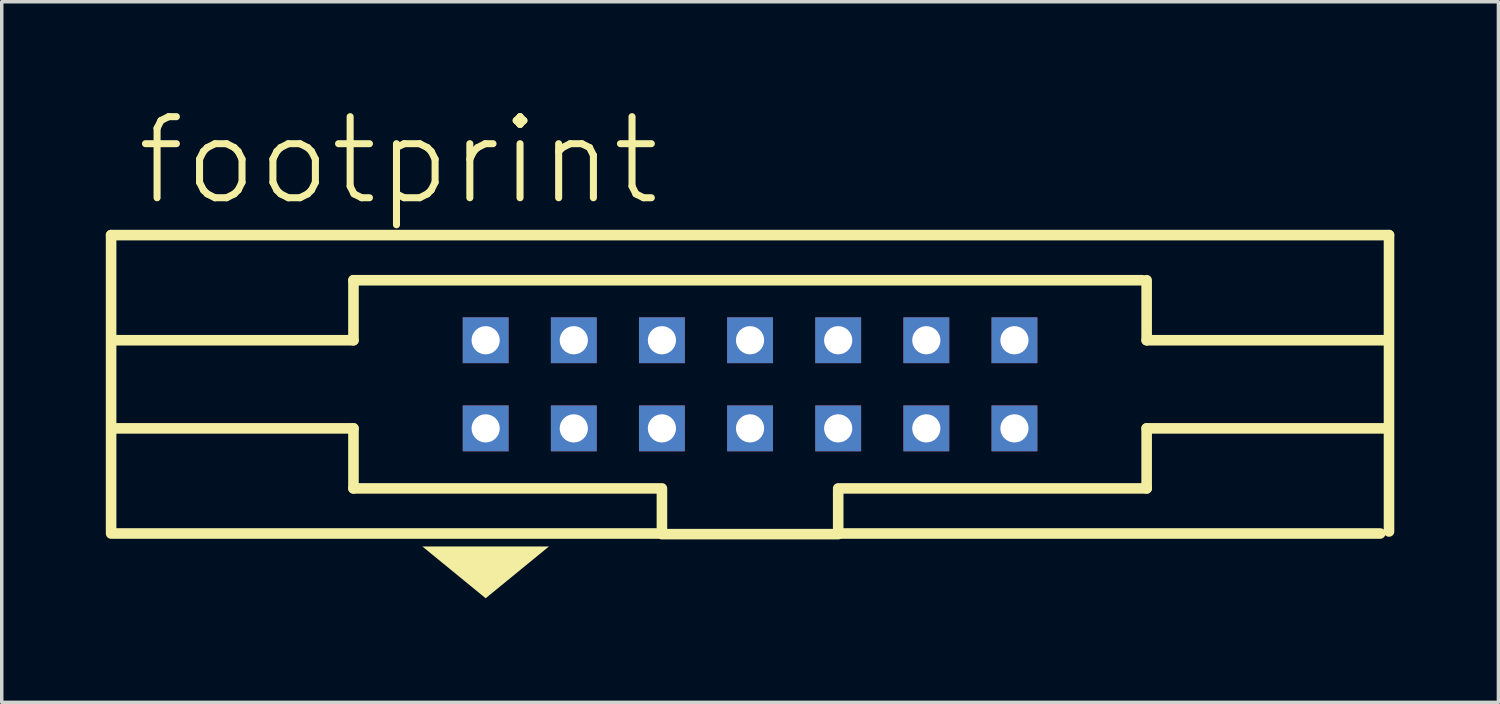
<source format=kicad_pcb>
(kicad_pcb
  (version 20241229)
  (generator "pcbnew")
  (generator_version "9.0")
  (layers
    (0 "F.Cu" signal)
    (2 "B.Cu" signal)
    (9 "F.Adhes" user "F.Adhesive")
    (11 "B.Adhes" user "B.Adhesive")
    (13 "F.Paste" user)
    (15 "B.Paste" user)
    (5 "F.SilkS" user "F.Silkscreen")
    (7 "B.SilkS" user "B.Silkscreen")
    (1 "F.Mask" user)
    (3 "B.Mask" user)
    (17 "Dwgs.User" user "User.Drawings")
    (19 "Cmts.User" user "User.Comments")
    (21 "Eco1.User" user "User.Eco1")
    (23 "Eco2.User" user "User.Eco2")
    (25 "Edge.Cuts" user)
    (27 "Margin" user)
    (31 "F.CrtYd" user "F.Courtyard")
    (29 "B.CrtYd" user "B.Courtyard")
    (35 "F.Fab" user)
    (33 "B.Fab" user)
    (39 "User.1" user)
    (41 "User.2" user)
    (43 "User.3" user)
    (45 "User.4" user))
  (footprint "footprint"
    (layer "F.Cu")
    (at 18.567 8.026)
    (property "Reference" "footprint" (at -17.78 -5.08 0) (layer "F.SilkS") (effects (font (size 2.337 2.337) (thickness 0.203)) (justify left bottom)))
    (fp_line (start -18.415 -4.3) (end -18.415 4.242) (stroke (width 0.305) (type solid)) (layer "F.SilkS"))
    (fp_line (start -18.415 4.3) (end -2.54 4.3) (stroke (width 0.305) (type solid)) (layer "F.SilkS"))
    (fp_line (start -11.43 -1.27) (end -18.288 -1.27) (stroke (width 0.305) (type solid)) (layer "F.SilkS"))
    (fp_line (start -11.43 -1.27) (end -11.43 -3) (stroke (width 0.305) (type solid)) (layer "F.SilkS"))
    (fp_line (start -11.43 1.27) (end -18.288 1.27) (stroke (width 0.305) (type solid)) (layer "F.SilkS"))
    (fp_line (start -11.43 3) (end -11.43 1.27) (stroke (width 0.305) (type solid)) (layer "F.SilkS"))
    (fp_line (start -2.54 3) (end -11.43 3) (stroke (width 0.305) (type solid)) (layer "F.SilkS"))
    (fp_line (start -2.54 4.3) (end -2.54 3.048) (stroke (width 0.305) (type solid)) (layer "F.SilkS"))
    (fp_line (start -2.54 4.318) (end 2.54 4.318) (stroke (width 0.305) (type solid)) (layer "F.SilkS"))
    (fp_line (start 2.54 3.048) (end 2.54 4.3) (stroke (width 0.305) (type solid)) (layer "F.SilkS"))
    (fp_line (start 2.54 4.3) (end 18.161 4.3) (stroke (width 0.305) (type solid)) (layer "F.SilkS"))
    (fp_line (start 11.303 -3) (end -11.43 -3) (stroke (width 0.305) (type solid)) (layer "F.SilkS"))
    (fp_line (start 11.43 -1.27) (end 11.43 -3) (stroke (width 0.305) (type solid)) (layer "F.SilkS"))
    (fp_line (start 11.43 -1.27) (end 18.288 -1.27) (stroke (width 0.305) (type solid)) (layer "F.SilkS"))
    (fp_line (start 11.43 1.27) (end 18.288 1.27) (stroke (width 0.305) (type solid)) (layer "F.SilkS"))
    (fp_line (start 11.43 3) (end 2.54 3) (stroke (width 0.305) (type solid)) (layer "F.SilkS"))
    (fp_line (start 11.43 3) (end 11.43 1.27) (stroke (width 0.305) (type solid)) (layer "F.SilkS"))
    (fp_line (start 18.415 -4.3) (end -18.415 -4.3) (stroke (width 0.305) (type solid)) (layer "F.SilkS"))
    (fp_line (start 18.415 4.242) (end 18.415 -4.3) (stroke (width 0.305) (type solid)) (layer "F.SilkS"))
    (fp_poly (pts (xy -7.62 6.166) (xy -9.444 4.674) (xy -5.796 4.674)) (stroke (width 0) (type solid)) (fill yes) (layer "F.SilkS"))
    (pad "1" thru_hole rect (at -7.62 1.27) (size 1.321 1.321) (drill 0.813) (layers "*.Cu" "*.Mask"))
    (pad "2" thru_hole rect (at -7.62 -1.27) (size 1.321 1.321) (drill 0.813) (layers "*.Cu" "*.Mask"))
    (pad "3" thru_hole rect (at -5.08 1.27) (size 1.321 1.321) (drill 0.813) (layers "*.Cu" "*.Mask"))
    (pad "4" thru_hole rect (at -5.08 -1.27) (size 1.321 1.321) (drill 0.813) (layers "*.Cu" "*.Mask"))
    (pad "5" thru_hole rect (at -2.54 1.27) (size 1.321 1.321) (drill 0.813) (layers "*.Cu" "*.Mask"))
    (pad "6" thru_hole rect (at -2.54 -1.27) (size 1.321 1.321) (drill 0.813) (layers "*.Cu" "*.Mask"))
    (pad "7" thru_hole rect (at 0 1.27) (size 1.321 1.321) (drill 0.813) (layers "*.Cu" "*.Mask"))
    (pad "8" thru_hole rect (at 0 -1.27) (size 1.321 1.321) (drill 0.813) (layers "*.Cu" "*.Mask"))
    (pad "9" thru_hole rect (at 2.54 1.27) (size 1.321 1.321) (drill 0.813) (layers "*.Cu" "*.Mask"))
    (pad "10" thru_hole rect (at 2.54 -1.27) (size 1.321 1.321) (drill 0.813) (layers "*.Cu" "*.Mask"))
    (pad "11" thru_hole rect (at 5.08 1.27) (size 1.321 1.321) (drill 0.813) (layers "*.Cu" "*.Mask"))
    (pad "12" thru_hole rect (at 5.08 -1.27) (size 1.321 1.321) (drill 0.813) (layers "*.Cu" "*.Mask"))
    (pad "13" thru_hole rect (at 7.62 1.27) (size 1.321 1.321) (drill 0.813) (layers "*.Cu" "*.Mask"))
    (pad "14" thru_hole rect (at 7.62 -1.27) (size 1.321 1.321) (drill 0.813) (layers "*.Cu" "*.Mask")))
  (gr_rect
    (start -3 -3)
    (end 40.135 17.192)
    (stroke (width 0.1) (type default))
    (fill no)
    (layer "Edge.Cuts")))
</source>
